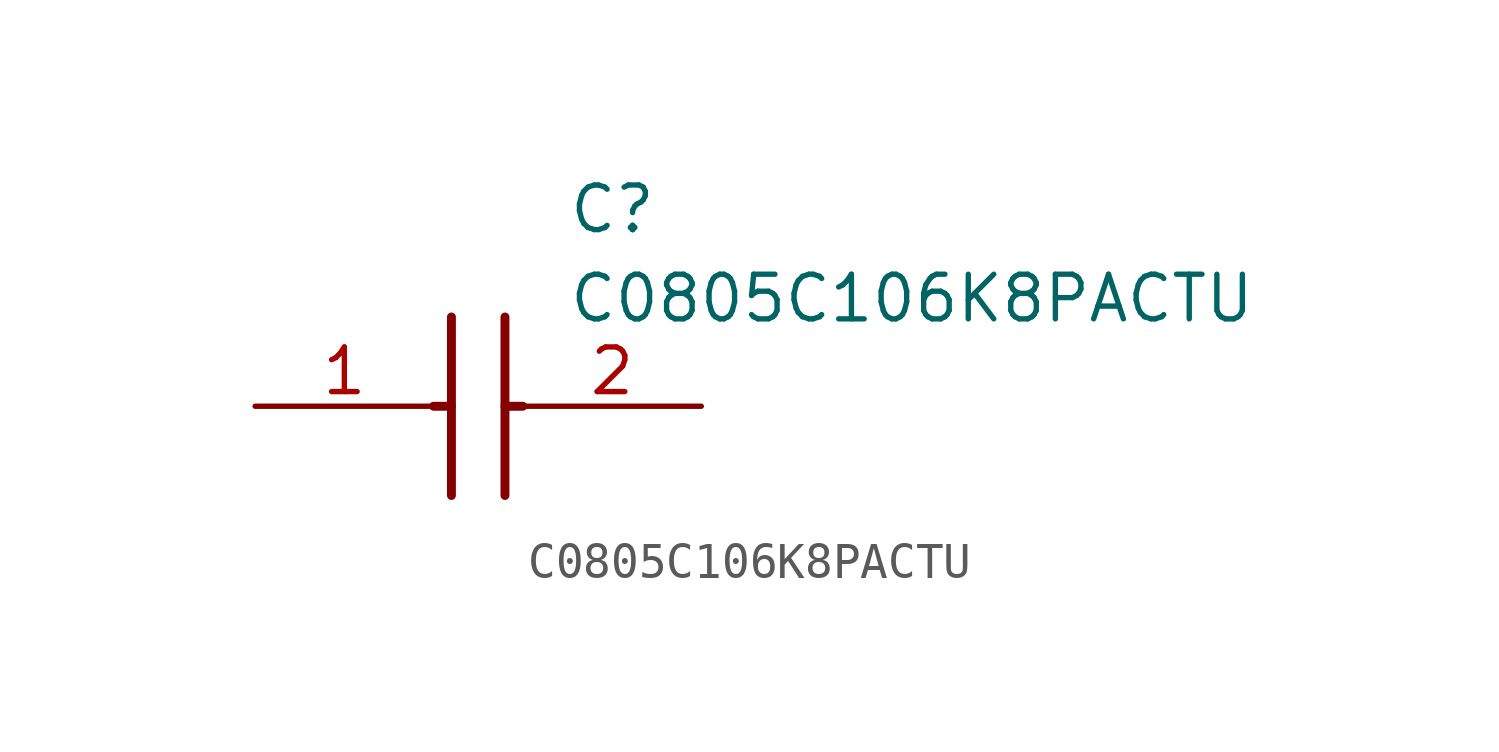
<source format=kicad_sym>
(kicad_symbol_lib
  (version 20211014)
  (generator SamacSys_ECAD_Model)
  (symbol "C0805C106K8PACTU"
    (pin_names hide)
    (property "Reference" "C"
      (at 8.89 6.35 0)
      (effects (font (size 1.27 1.27)) (justify left top)))
    (property "Value" "C0805C106K8PACTU"
      (at 8.89 3.81 0)
      (effects (font (size 1.27 1.27)) (justify left top)))
    (polyline
      (pts (xy 5.588 2.54) (xy 5.588 -2.54))
      (stroke (width 0.254) (type default))
      (fill (type none)))
    (polyline
      (pts (xy 7.112 2.54) (xy 7.112 -2.54))
      (stroke (width 0.254) (type default))
      (fill (type none)))
    (polyline
      (pts (xy 5.08 0) (xy 5.588 0))
      (stroke (width 0.254) (type default))
      (fill (type none)))
    (polyline
      (pts (xy 7.112 0) (xy 7.62 0))
      (stroke (width 0.254) (type default))
      (fill (type none)))
    (pin passive line
      (at 0 0 0)
      (length 5.08)
      (name "1" (effects (font (size 1.27 1.27))))
      (number "1" (effects (font (size 1.27 1.27)))))
    (pin passive line
      (at 12.7 0 180)
      (length 5.08)
      (name "2" (effects (font (size 1.27 1.27))))
      (number "2" (effects (font (size 1.27 1.27)))))))
</source>
